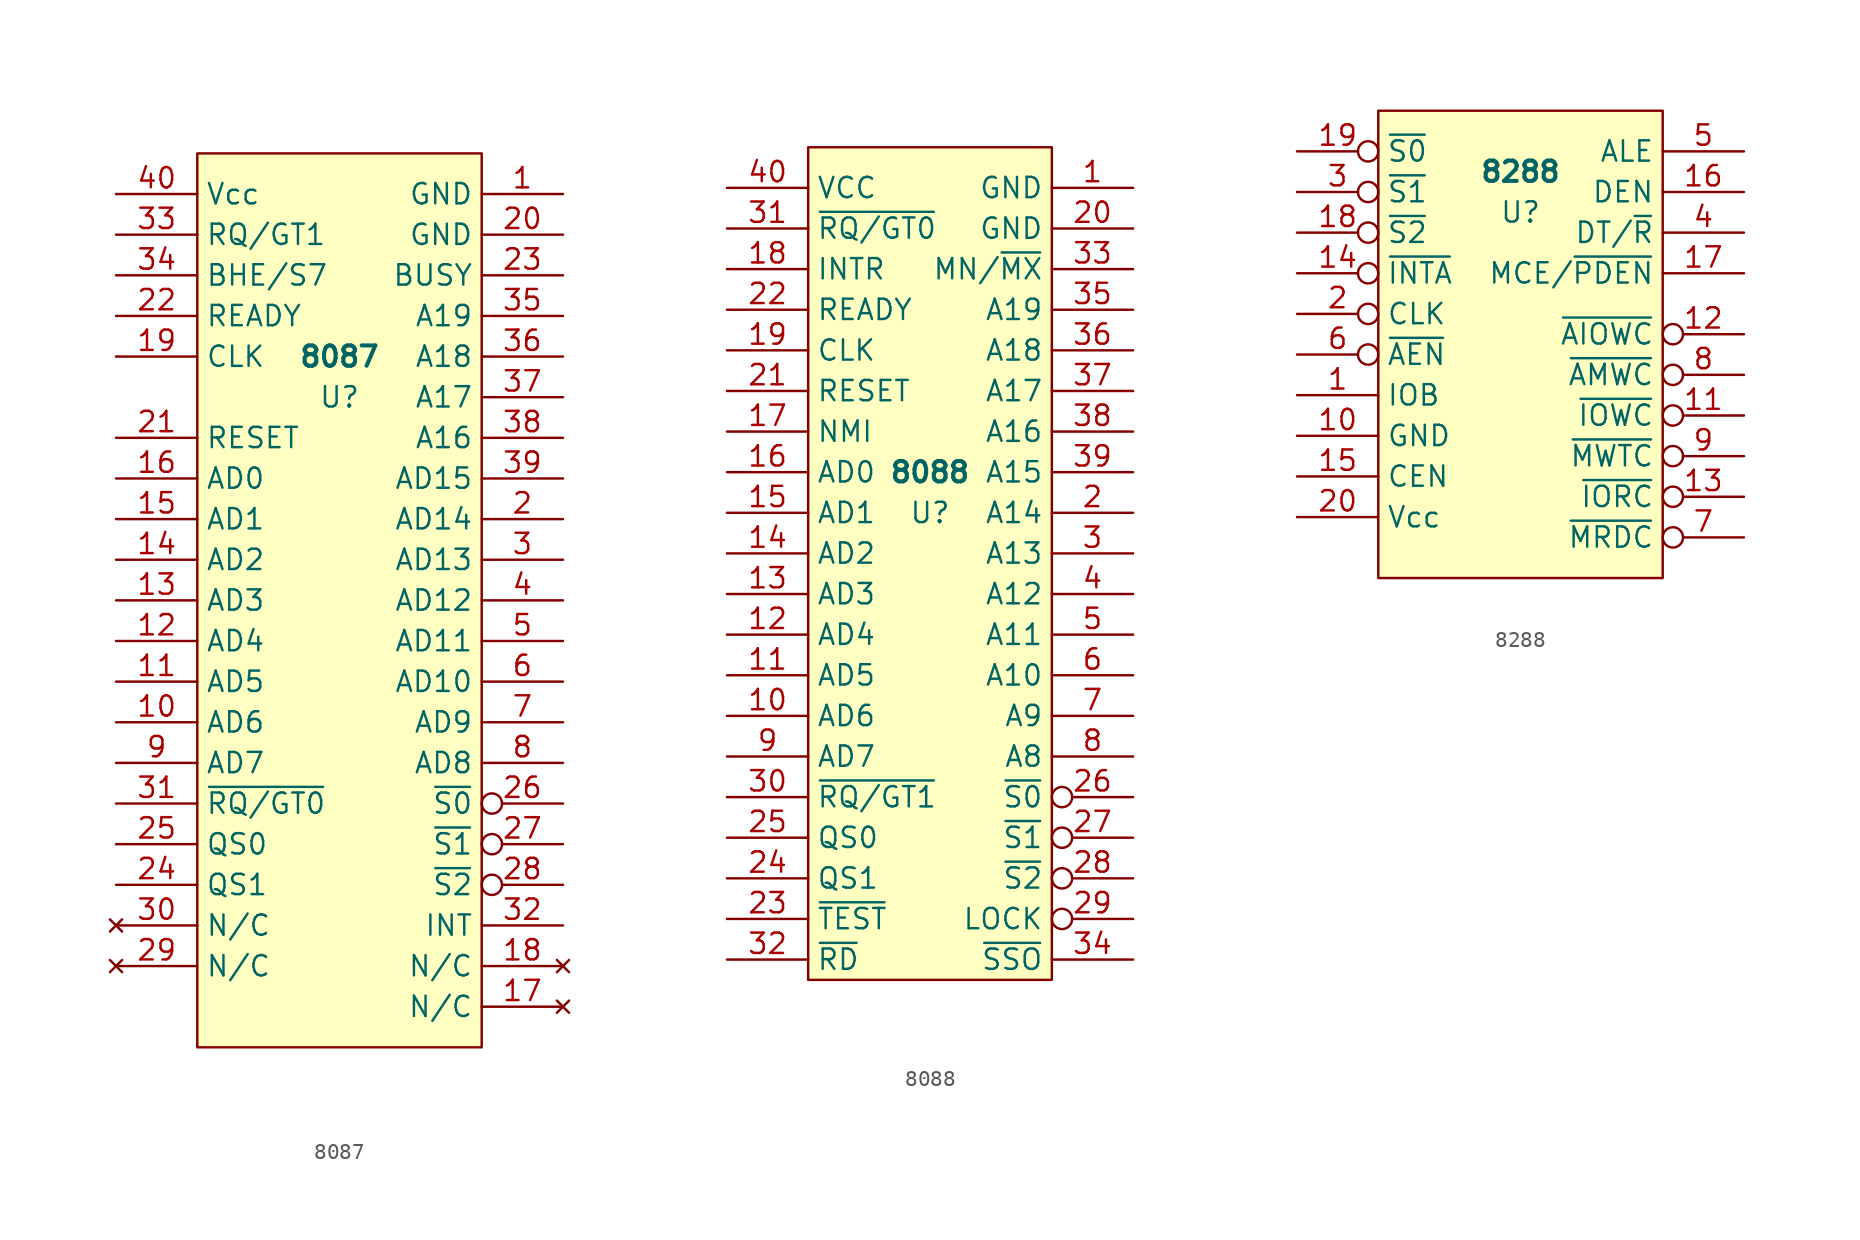
<source format=kicad_sym>
(kicad_symbol_lib
  (version 20220914)
  (generator kicad_symbol_editor)
  (symbol "8087"
    (property "Reference" "U"
      (at 0 12.7 0)
      (effects (font (size 1.27 1.27))))
    (property "Value" "8087"
      (at 0 15.24 0)
      (effects (font (size 1.27 1.27) bold)))
    (symbol "8087_0_0"
      (pin power_in line (at 13.97 25.4 180) (length 5.08) (name "GND" (effects (font (size 1.27 1.27)))) (number "1" (effects (font (size 1.27 1.27)))))
      (pin bidirectional line (at -13.97 -7.62 0) (length 5.08) (name "AD6" (effects (font (size 1.27 1.27)))) (number "10" (effects (font (size 1.27 1.27)))))
      (pin bidirectional line (at -13.97 -5.08 0) (length 5.08) (name "AD5" (effects (font (size 1.27 1.27)))) (number "11" (effects (font (size 1.27 1.27)))))
      (pin bidirectional line (at -13.97 -2.54 0) (length 5.08) (name "AD4" (effects (font (size 1.27 1.27)))) (number "12" (effects (font (size 1.27 1.27)))))
      (pin bidirectional line (at -13.97 0 0) (length 5.08) (name "AD3" (effects (font (size 1.27 1.27)))) (number "13" (effects (font (size 1.27 1.27)))))
      (pin bidirectional line (at -13.97 2.54 0) (length 5.08) (name "AD2" (effects (font (size 1.27 1.27)))) (number "14" (effects (font (size 1.27 1.27)))))
      (pin bidirectional line (at -13.97 5.08 0) (length 5.08) (name "AD1" (effects (font (size 1.27 1.27)))) (number "15" (effects (font (size 1.27 1.27)))))
      (pin bidirectional line (at -13.97 7.62 0) (length 5.08) (name "AD0" (effects (font (size 1.27 1.27)))) (number "16" (effects (font (size 1.27 1.27)))))
      (pin no_connect line (at 13.97 -25.4 180) (length 5.08) (name "N/C" (effects (font (size 1.27 1.27)))) (number "17" (effects (font (size 1.27 1.27)))))
      (pin no_connect line (at 13.97 -22.86 180) (length 5.08) (name "N/C" (effects (font (size 1.27 1.27)))) (number "18" (effects (font (size 1.27 1.27)))))
      (pin input line (at -13.97 15.24 0) (length 5.08) (name "CLK" (effects (font (size 1.27 1.27)))) (number "19" (effects (font (size 1.27 1.27)))))
      (pin bidirectional line (at 13.97 5.08 180) (length 5.08) (name "AD14" (effects (font (size 1.27 1.27)))) (number "2" (effects (font (size 1.27 1.27)))))
      (pin power_in line (at 13.97 22.86 180) (length 5.08) (name "GND" (effects (font (size 1.27 1.27)))) (number "20" (effects (font (size 1.27 1.27)))))
      (pin input line (at -13.97 10.16 0) (length 5.08) (name "RESET" (effects (font (size 1.27 1.27)))) (number "21" (effects (font (size 1.27 1.27)))))
      (pin input line (at -13.97 17.78 0) (length 5.08) (name "READY" (effects (font (size 1.27 1.27)))) (number "22" (effects (font (size 1.27 1.27)))))
      (pin output line (at 13.97 20.32 180) (length 5.08) (name "BUSY" (effects (font (size 1.27 1.27)))) (number "23" (effects (font (size 1.27 1.27)))))
      (pin input line (at -13.97 -17.78 0) (length 5.08) (name "QS1" (effects (font (size 1.27 1.27)))) (number "24" (effects (font (size 1.27 1.27)))))
      (pin input line (at -13.97 -15.24 0) (length 5.08) (name "QS0" (effects (font (size 1.27 1.27)))) (number "25" (effects (font (size 1.27 1.27)))))
      (pin bidirectional inverted (at 13.97 -12.7 180) (length 5.08) (name "~{S0}" (effects (font (size 1.27 1.27)))) (number "26" (effects (font (size 1.27 1.27)))))
      (pin bidirectional inverted (at 13.97 -15.24 180) (length 5.08) (name "~{S1}" (effects (font (size 1.27 1.27)))) (number "27" (effects (font (size 1.27 1.27)))))
      (pin bidirectional inverted (at 13.97 -17.78 180) (length 5.08) (name "~{S2}" (effects (font (size 1.27 1.27)))) (number "28" (effects (font (size 1.27 1.27)))))
      (pin no_connect line (at -13.97 -22.86 0) (length 5.08) (name "N/C" (effects (font (size 1.27 1.27)))) (number "29" (effects (font (size 1.27 1.27)))))
      (pin bidirectional line (at 13.97 2.54 180) (length 5.08) (name "AD13" (effects (font (size 1.27 1.27)))) (number "3" (effects (font (size 1.27 1.27)))))
      (pin no_connect line (at -13.97 -20.32 0) (length 5.08) (name "N/C" (effects (font (size 1.27 1.27)))) (number "30" (effects (font (size 1.27 1.27)))))
      (pin bidirectional line (at -13.97 -12.7 0) (length 5.08) (name "~{RQ/GT0}" (effects (font (size 1.27 1.27)))) (number "31" (effects (font (size 1.27 1.27)))))
      (pin output line (at 13.97 -20.32 180) (length 5.08) (name "INT" (effects (font (size 1.27 1.27)))) (number "32" (effects (font (size 1.27 1.27)))))
      (pin bidirectional line (at -13.97 22.86 0) (length 5.08) (name "RQ/GT1" (effects (font (size 1.27 1.27)))) (number "33" (effects (font (size 1.27 1.27)))))
      (pin bidirectional line (at -13.97 20.32 0) (length 5.08) (name "BHE/S7" (effects (font (size 1.27 1.27)))) (number "34" (effects (font (size 1.27 1.27)))))
      (pin bidirectional line (at 13.97 17.78 180) (length 5.08) (name "A19" (effects (font (size 1.27 1.27)))) (number "35" (effects (font (size 1.27 1.27)))))
      (pin bidirectional line (at 13.97 15.24 180) (length 5.08) (name "A18" (effects (font (size 1.27 1.27)))) (number "36" (effects (font (size 1.27 1.27)))))
      (pin bidirectional line (at 13.97 12.7 180) (length 5.08) (name "A17" (effects (font (size 1.27 1.27)))) (number "37" (effects (font (size 1.27 1.27)))))
      (pin bidirectional line (at 13.97 10.16 180) (length 5.08) (name "A16" (effects (font (size 1.27 1.27)))) (number "38" (effects (font (size 1.27 1.27)))))
      (pin bidirectional line (at 13.97 7.62 180) (length 5.08) (name "AD15" (effects (font (size 1.27 1.27)))) (number "39" (effects (font (size 1.27 1.27)))))
      (pin bidirectional line (at 13.97 0 180) (length 5.08) (name "AD12" (effects (font (size 1.27 1.27)))) (number "4" (effects (font (size 1.27 1.27)))))
      (pin power_in line (at -13.97 25.4 0) (length 5.08) (name "Vcc" (effects (font (size 1.27 1.27)))) (number "40" (effects (font (size 1.27 1.27)))))
      (pin bidirectional line (at 13.97 -2.54 180) (length 5.08) (name "AD11" (effects (font (size 1.27 1.27)))) (number "5" (effects (font (size 1.27 1.27)))))
      (pin bidirectional line (at 13.97 -5.08 180) (length 5.08) (name "AD10" (effects (font (size 1.27 1.27)))) (number "6" (effects (font (size 1.27 1.27)))))
      (pin bidirectional line (at 13.97 -7.62 180) (length 5.08) (name "AD9" (effects (font (size 1.27 1.27)))) (number "7" (effects (font (size 1.27 1.27)))))
      (pin bidirectional line (at 13.97 -10.16 180) (length 5.08) (name "AD8" (effects (font (size 1.27 1.27)))) (number "8" (effects (font (size 1.27 1.27)))))
      (pin bidirectional line (at -13.97 -10.16 0) (length 5.08) (name "AD7" (effects (font (size 1.27 1.27)))) (number "9" (effects (font (size 1.27 1.27))))))
    (symbol "8087_1_1"
      (rectangle (start -8.89 27.94) (end 8.89 -27.94) (stroke (width 0) (type default)) (fill (type background)))))
  (symbol "8088"
    (property "Reference" "U"
      (at 0 3.81 0)
      (effects (font (size 1.27 1.27))))
    (property "Value" "8088"
      (at 0 6.35 0)
      (effects (font (size 1.27 1.27) bold)))
    (symbol "8088_0_0"
      (pin power_in line (at 12.7 24.13 180) (length 5.08) (name "GND" (effects (font (size 1.27 1.27)))) (number "1" (effects (font (size 1.27 1.27)))))
      (pin bidirectional line (at -12.7 -8.89 0) (length 5.08) (name "AD6" (effects (font (size 1.27 1.27)))) (number "10" (effects (font (size 1.27 1.27)))))
      (pin bidirectional line (at -12.7 -6.35 0) (length 5.08) (name "AD5" (effects (font (size 1.27 1.27)))) (number "11" (effects (font (size 1.27 1.27)))))
      (pin bidirectional line (at -12.7 -3.81 0) (length 5.08) (name "AD4" (effects (font (size 1.27 1.27)))) (number "12" (effects (font (size 1.27 1.27)))))
      (pin bidirectional line (at -12.7 -1.27 0) (length 5.08) (name "AD3" (effects (font (size 1.27 1.27)))) (number "13" (effects (font (size 1.27 1.27)))))
      (pin bidirectional line (at -12.7 1.27 0) (length 5.08) (name "AD2" (effects (font (size 1.27 1.27)))) (number "14" (effects (font (size 1.27 1.27)))))
      (pin bidirectional line (at -12.7 3.81 0) (length 5.08) (name "AD1" (effects (font (size 1.27 1.27)))) (number "15" (effects (font (size 1.27 1.27)))))
      (pin bidirectional line (at -12.7 6.35 0) (length 5.08) (name "AD0" (effects (font (size 1.27 1.27)))) (number "16" (effects (font (size 1.27 1.27)))))
      (pin input line (at -12.7 8.89 0) (length 5.08) (name "NMI" (effects (font (size 1.27 1.27)))) (number "17" (effects (font (size 1.27 1.27)))))
      (pin input line (at -12.7 19.05 0) (length 5.08) (name "INTR" (effects (font (size 1.27 1.27)))) (number "18" (effects (font (size 1.27 1.27)))))
      (pin input line (at -12.7 13.97 0) (length 5.08) (name "CLK" (effects (font (size 1.27 1.27)))) (number "19" (effects (font (size 1.27 1.27)))))
      (pin output line (at 12.7 3.81 180) (length 5.08) (name "A14" (effects (font (size 1.27 1.27)))) (number "2" (effects (font (size 1.27 1.27)))))
      (pin power_in line (at 12.7 21.59 180) (length 5.08) (name "GND" (effects (font (size 1.27 1.27)))) (number "20" (effects (font (size 1.27 1.27)))))
      (pin input line (at -12.7 11.43 0) (length 5.08) (name "RESET" (effects (font (size 1.27 1.27)))) (number "21" (effects (font (size 1.27 1.27)))))
      (pin input line (at -12.7 16.51 0) (length 5.08) (name "READY" (effects (font (size 1.27 1.27)))) (number "22" (effects (font (size 1.27 1.27)))))
      (pin input line (at -12.7 -21.59 0) (length 5.08) (name "~{TEST}" (effects (font (size 1.27 1.27)))) (number "23" (effects (font (size 1.27 1.27)))))
      (pin output line (at -12.7 -19.05 0) (length 5.08) (name "QS1" (effects (font (size 1.27 1.27)))) (number "24" (effects (font (size 1.27 1.27)))))
      (pin output line (at -12.7 -16.51 0) (length 5.08) (name "QS0" (effects (font (size 1.27 1.27)))) (number "25" (effects (font (size 1.27 1.27)))))
      (pin output inverted (at 12.7 -13.97 180) (length 5.08) (name "~{S0}" (effects (font (size 1.27 1.27)))) (number "26" (effects (font (size 1.27 1.27)))))
      (pin output inverted (at 12.7 -16.51 180) (length 5.08) (name "~{S1}" (effects (font (size 1.27 1.27)))) (number "27" (effects (font (size 1.27 1.27)))))
      (pin output inverted (at 12.7 -19.05 180) (length 5.08) (name "~{S2}" (effects (font (size 1.27 1.27)))) (number "28" (effects (font (size 1.27 1.27)))))
      (pin output inverted (at 12.7 -21.59 180) (length 5.08) (name "LOCK" (effects (font (size 1.27 1.27)))) (number "29" (effects (font (size 1.27 1.27)))))
      (pin output line (at 12.7 1.27 180) (length 5.08) (name "A13" (effects (font (size 1.27 1.27)))) (number "3" (effects (font (size 1.27 1.27)))))
      (pin output line (at -12.7 -13.97 0) (length 5.08) (name "~{RQ/GT1}" (effects (font (size 1.27 1.27)))) (number "30" (effects (font (size 1.27 1.27)))))
      (pin input line (at -12.7 21.59 0) (length 5.08) (name "~{RQ/GT0}" (effects (font (size 1.27 1.27)))) (number "31" (effects (font (size 1.27 1.27)))))
      (pin output line (at -12.7 -24.13 0) (length 5.08) (name "~{RD}" (effects (font (size 1.27 1.27)))) (number "32" (effects (font (size 1.27 1.27)))))
      (pin input line (at 12.7 19.05 180) (length 5.08) (name "MN/~{MX}" (effects (font (size 1.27 1.27)))) (number "33" (effects (font (size 1.27 1.27)))))
      (pin output line (at 12.7 -24.13 180) (length 5.08) (name "~{SSO}" (effects (font (size 1.27 1.27)))) (number "34" (effects (font (size 1.27 1.27)))))
      (pin output line (at 12.7 16.51 180) (length 5.08) (name "A19" (effects (font (size 1.27 1.27)))) (number "35" (effects (font (size 1.27 1.27)))))
      (pin output line (at 12.7 13.97 180) (length 5.08) (name "A18" (effects (font (size 1.27 1.27)))) (number "36" (effects (font (size 1.27 1.27)))))
      (pin output line (at 12.7 11.43 180) (length 5.08) (name "A17" (effects (font (size 1.27 1.27)))) (number "37" (effects (font (size 1.27 1.27)))))
      (pin output line (at 12.7 8.89 180) (length 5.08) (name "A16" (effects (font (size 1.27 1.27)))) (number "38" (effects (font (size 1.27 1.27)))))
      (pin output line (at 12.7 6.35 180) (length 5.08) (name "A15" (effects (font (size 1.27 1.27)))) (number "39" (effects (font (size 1.27 1.27)))))
      (pin output line (at 12.7 -1.27 180) (length 5.08) (name "A12" (effects (font (size 1.27 1.27)))) (number "4" (effects (font (size 1.27 1.27)))))
      (pin power_in line (at -12.7 24.13 0) (length 5.08) (name "VCC" (effects (font (size 1.27 1.27)))) (number "40" (effects (font (size 1.27 1.27)))))
      (pin output line (at 12.7 -3.81 180) (length 5.08) (name "A11" (effects (font (size 1.27 1.27)))) (number "5" (effects (font (size 1.27 1.27)))))
      (pin output line (at 12.7 -6.35 180) (length 5.08) (name "A10" (effects (font (size 1.27 1.27)))) (number "6" (effects (font (size 1.27 1.27)))))
      (pin output line (at 12.7 -8.89 180) (length 5.08) (name "A9" (effects (font (size 1.27 1.27)))) (number "7" (effects (font (size 1.27 1.27)))))
      (pin output line (at 12.7 -11.43 180) (length 5.08) (name "A8" (effects (font (size 1.27 1.27)))) (number "8" (effects (font (size 1.27 1.27)))))
      (pin bidirectional line (at -12.7 -11.43 0) (length 5.08) (name "AD7" (effects (font (size 1.27 1.27)))) (number "9" (effects (font (size 1.27 1.27))))))
    (symbol "8088_1_1"
      (rectangle (start -7.62 26.67) (end 7.62 -25.4) (stroke (width 0) (type default)) (fill (type background)))))
  (symbol "8288"
    (property "Reference" "U"
      (at 0 5.08 0)
      (effects (font (size 1.27 1.27))))
    (property "Value" "8288"
      (at 0 7.62 0)
      (effects (font (size 1.27 1.27) bold)))
    (symbol "8288_0_0"
      (pin input line (at -13.97 -6.35 0) (length 5.08) (name "IOB" (effects (font (size 1.27 1.27)))) (number "1" (effects (font (size 1.27 1.27)))))
      (pin power_in line (at -13.97 -8.89 0) (length 5.08) (name "GND" (effects (font (size 1.27 1.27)))) (number "10" (effects (font (size 1.27 1.27)))))
      (pin output inverted (at 13.97 -7.62 180) (length 5.08) (name "~{IOWC}" (effects (font (size 1.27 1.27)))) (number "11" (effects (font (size 1.27 1.27)))))
      (pin output inverted (at 13.97 -2.54 180) (length 5.08) (name "~{AIOWC}" (effects (font (size 1.27 1.27)))) (number "12" (effects (font (size 1.27 1.27)))))
      (pin output inverted (at 13.97 -12.7 180) (length 5.08) (name "~{IORC}" (effects (font (size 1.27 1.27)))) (number "13" (effects (font (size 1.27 1.27)))))
      (pin output inverted (at -13.97 1.27 0) (length 5.08) (name "~{INTA}" (effects (font (size 1.27 1.27)))) (number "14" (effects (font (size 1.27 1.27)))))
      (pin input line (at -13.97 -11.43 0) (length 5.08) (name "CEN" (effects (font (size 1.27 1.27)))) (number "15" (effects (font (size 1.27 1.27)))))
      (pin output line (at 13.97 6.35 180) (length 5.08) (name "DEN" (effects (font (size 1.27 1.27)))) (number "16" (effects (font (size 1.27 1.27)))))
      (pin output line (at 13.97 1.27 180) (length 5.08) (name "MCE/~{PDEN}" (effects (font (size 1.27 1.27)))) (number "17" (effects (font (size 1.27 1.27)))))
      (pin input inverted (at -13.97 3.81 0) (length 5.08) (name "~{S2}" (effects (font (size 1.27 1.27)))) (number "18" (effects (font (size 1.27 1.27)))))
      (pin input inverted (at -13.97 8.89 0) (length 5.08) (name "~{S0}" (effects (font (size 1.27 1.27)))) (number "19" (effects (font (size 1.27 1.27)))))
      (pin input inverted (at -13.97 -1.27 0) (length 5.08) (name "CLK" (effects (font (size 1.27 1.27)))) (number "2" (effects (font (size 1.27 1.27)))))
      (pin power_in line (at -13.97 -13.97 0) (length 5.08) (name "Vcc" (effects (font (size 1.27 1.27)))) (number "20" (effects (font (size 1.27 1.27)))))
      (pin input inverted (at -13.97 6.35 0) (length 5.08) (name "~{S1}" (effects (font (size 1.27 1.27)))) (number "3" (effects (font (size 1.27 1.27)))))
      (pin output line (at 13.97 3.81 180) (length 5.08) (name "DT/~{R}" (effects (font (size 1.27 1.27)))) (number "4" (effects (font (size 1.27 1.27)))))
      (pin output line (at 13.97 8.89 180) (length 5.08) (name "ALE" (effects (font (size 1.27 1.27)))) (number "5" (effects (font (size 1.27 1.27)))))
      (pin input inverted (at -13.97 -3.81 0) (length 5.08) (name "~{AEN}" (effects (font (size 1.27 1.27)))) (number "6" (effects (font (size 1.27 1.27)))))
      (pin output inverted (at 13.97 -15.24 180) (length 5.08) (name "~{MRDC}" (effects (font (size 1.27 1.27)))) (number "7" (effects (font (size 1.27 1.27)))))
      (pin output inverted (at 13.97 -5.08 180) (length 5.08) (name "~{AMWC}" (effects (font (size 1.27 1.27)))) (number "8" (effects (font (size 1.27 1.27)))))
      (pin output inverted (at 13.97 -10.16 180) (length 5.08) (name "~{MWTC}" (effects (font (size 1.27 1.27)))) (number "9" (effects (font (size 1.27 1.27))))))
    (symbol "8288_1_1"
      (rectangle (start -8.89 11.43) (end 8.89 -17.78) (stroke (width 0) (type default)) (fill (type background))))))
</source>
